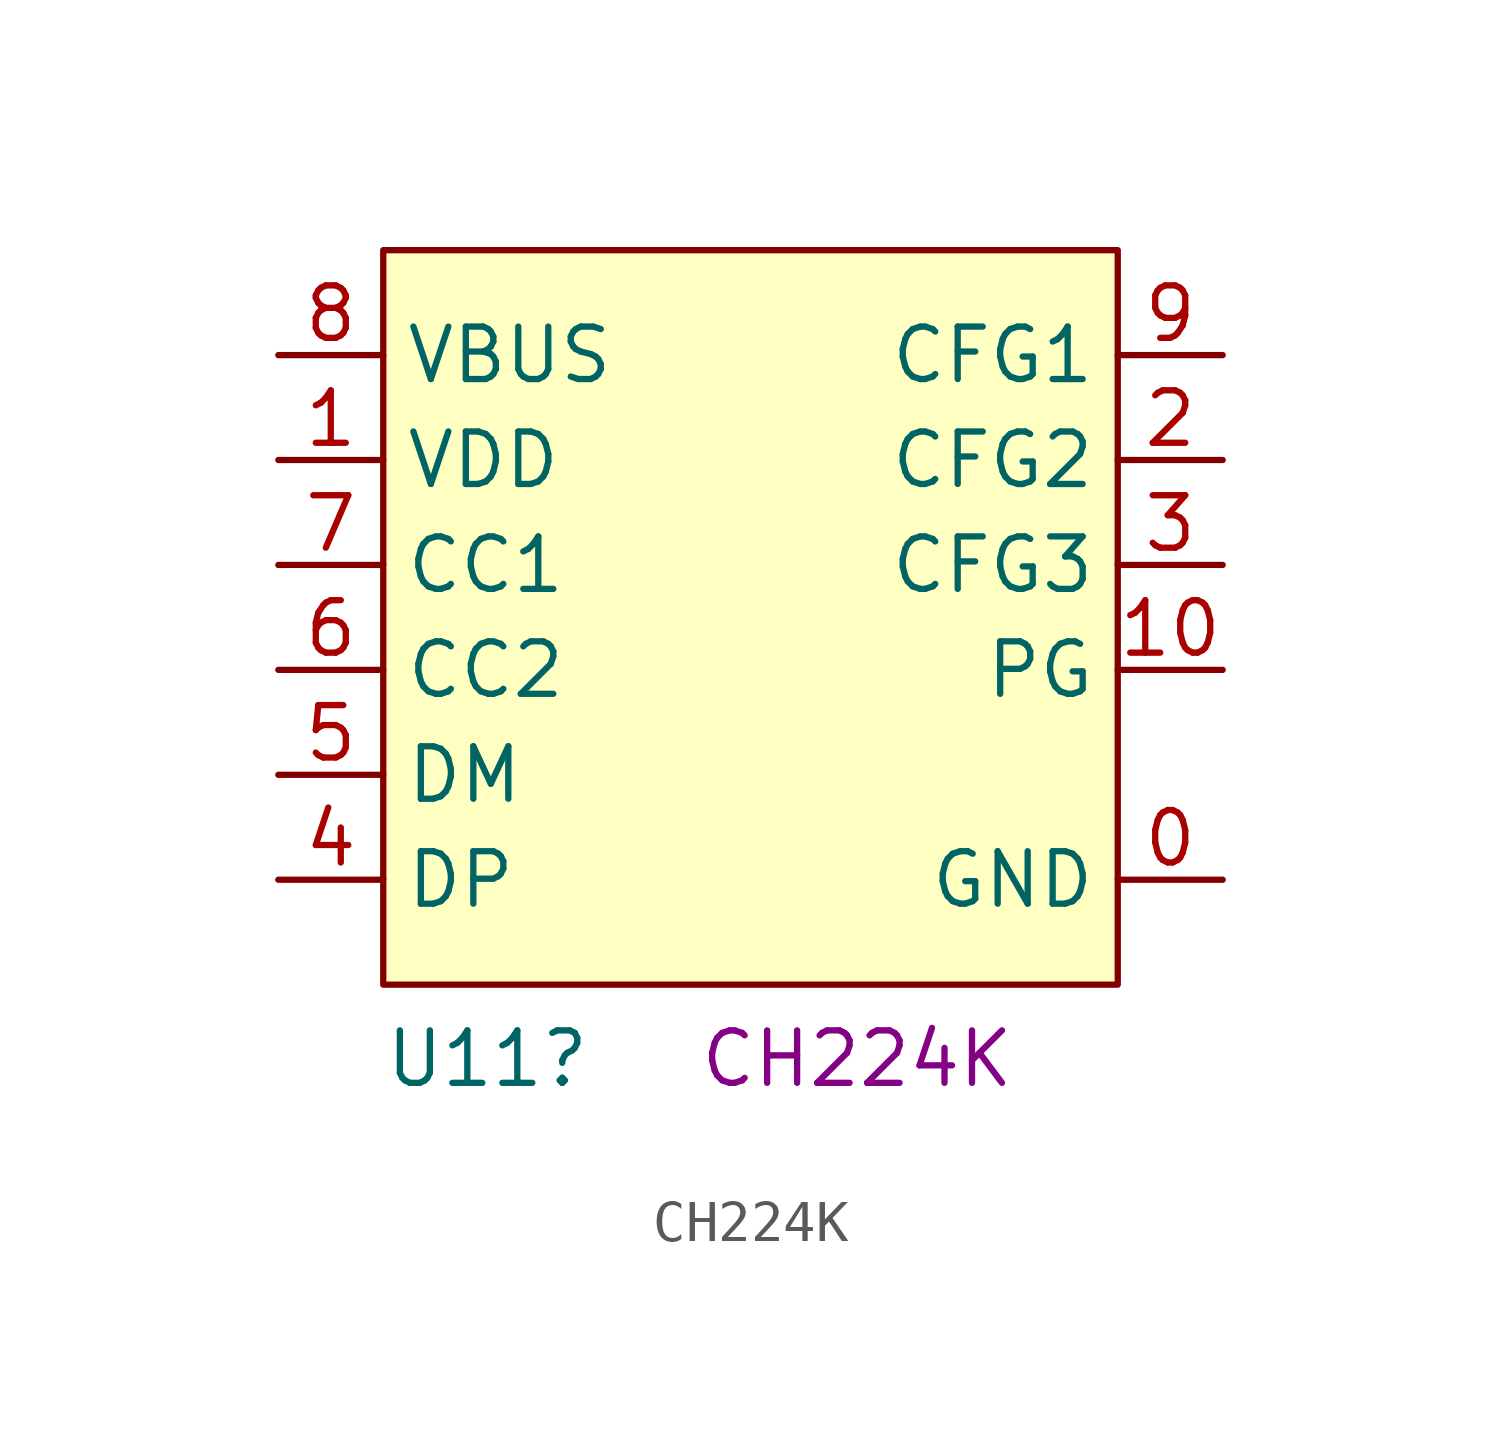
<source format=kicad_sym>
(kicad_symbol_lib
  (version 20231120)
  (generator "kicad_symbol_editor")
  (generator_version "8.0")
  (symbol "CH224K"
    (property "Reference" "U11"
      (at -7.62 -12.7 0)
      (effects (font (size 1.27 1.27)) (justify left bottom)))
    (property "ALTIUM_UNNAMED_1" "CH224K"
      (at 0 -12.7 0)
      (effects (font (size 1.27 1.27)) (justify left bottom)))
    (symbol "CH224K_1_0"
      (rectangle (start 10.16 7.62) (end -7.62 -10.16) (stroke (width 0) (type solid)) (fill (type background)))
      (pin passive line (at 12.7 -7.62 180) (length 2.54) (name "GND" (effects (font (size 1.27 1.27)))) (number "0" (effects (font (size 1.27 1.27)))))
      (pin passive line (at -10.16 2.54 0) (length 2.54) (name "VDD" (effects (font (size 1.27 1.27)))) (number "1" (effects (font (size 1.27 1.27)))))
      (pin passive line (at 12.7 -2.54 180) (length 2.54) (name "PG" (effects (font (size 1.27 1.27)))) (number "10" (effects (font (size 1.27 1.27)))))
      (pin passive line (at 12.7 2.54 180) (length 2.54) (name "CFG2" (effects (font (size 1.27 1.27)))) (number "2" (effects (font (size 1.27 1.27)))))
      (pin passive line (at 12.7 0 180) (length 2.54) (name "CFG3" (effects (font (size 1.27 1.27)))) (number "3" (effects (font (size 1.27 1.27)))))
      (pin passive line (at -10.16 -7.62 0) (length 2.54) (name "DP" (effects (font (size 1.27 1.27)))) (number "4" (effects (font (size 1.27 1.27)))))
      (pin passive line (at -10.16 -5.08 0) (length 2.54) (name "DM" (effects (font (size 1.27 1.27)))) (number "5" (effects (font (size 1.27 1.27)))))
      (pin passive line (at -10.16 -2.54 0) (length 2.54) (name "CC2" (effects (font (size 1.27 1.27)))) (number "6" (effects (font (size 1.27 1.27)))))
      (pin passive line (at -10.16 0 0) (length 2.54) (name "CC1" (effects (font (size 1.27 1.27)))) (number "7" (effects (font (size 1.27 1.27)))))
      (pin passive line (at -10.16 5.08 0) (length 2.54) (name "VBUS" (effects (font (size 1.27 1.27)))) (number "8" (effects (font (size 1.27 1.27)))))
      (pin passive line (at 12.7 5.08 180) (length 2.54) (name "CFG1" (effects (font (size 1.27 1.27)))) (number "9" (effects (font (size 1.27 1.27))))))))
</source>
